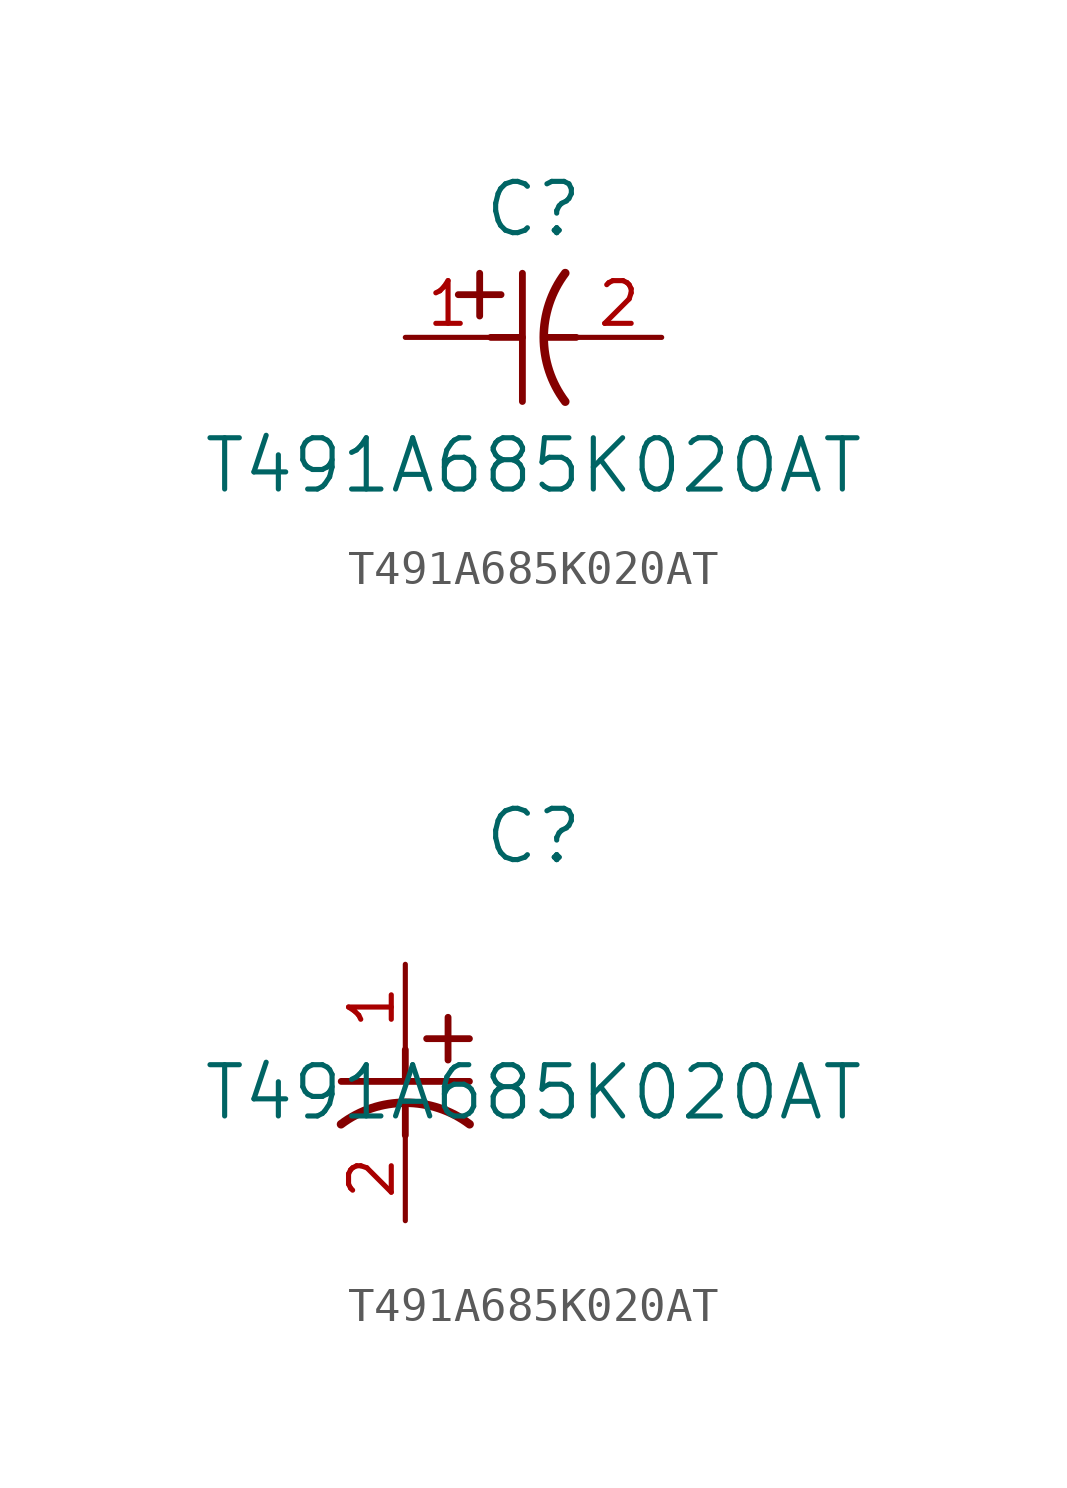
<source format=kicad_sym>
(kicad_symbol_lib
  (version 20211014)
  (generator kicad_symbol_editor)
  (symbol "T491A685K020AT"
    (pin_names
      (offset 0.254))
    (property "Reference" "C"
      (at 3.81 3.81 0)
      (effects (font (size 1.524 1.524))))
    (property "Value" "T491A685K020AT"
      (at 3.81 -3.81 0)
      (effects (font (size 1.524 1.524))))
    (symbol "T491A685K020AT_1_1"
      (polyline (pts (xy 2.21 0.635) (xy 2.21 1.905)) (stroke (width 0.203) (type default) (color 0 0 0 0)) (fill (type none)))
      (arc (start 4.754132 1.910763) (mid 4.1148 0) (end 4.754132 -1.910763) (stroke (width 0.254) (type default) (color 0 0 0 0)) (fill (type none)))
      (polyline (pts (xy 4.115 0) (xy 5.08 0)) (stroke (width 0.203) (type default) (color 0 0 0 0)) (fill (type none)))
      (polyline (pts (xy 3.48 -1.905) (xy 3.48 1.905)) (stroke (width 0.203) (type default) (color 0 0 0 0)) (fill (type none)))
      (polyline (pts (xy 1.575 1.27) (xy 2.845 1.27)) (stroke (width 0.203) (type default) (color 0 0 0 0)) (fill (type none)))
      (polyline (pts (xy 2.54 0) (xy 3.48 0)) (stroke (width 0.203) (type default) (color 0 0 0 0)) (fill (type none)))
      (pin unspecified line (at 0 0 0) (length 2.54) (name "" (effects (font (size 1.27 1.27)))) (number "1" (effects (font (size 1.27 1.27)))))
      (pin unspecified line (at 7.62 0 180) (length 2.54) (name "" (effects (font (size 1.27 1.27)))) (number "2" (effects (font (size 1.27 1.27))))))
    (symbol "T491A685K020AT_1_2"
      (polyline (pts (xy 0 -2.54) (xy 0 -3.48)) (stroke (width 0.203) (type default) (color 0 0 0 0)) (fill (type none)))
      (arc (start 1.910763 -4.754132) (mid 0 -4.1148) (end -1.910763 -4.754132) (stroke (width 0.254) (type default) (color 0 0 0 0)) (fill (type none)))
      (polyline (pts (xy -1.905 -3.48) (xy 1.905 -3.48)) (stroke (width 0.203) (type default) (color 0 0 0 0)) (fill (type none)))
      (polyline (pts (xy 0.635 -2.21) (xy 1.905 -2.21)) (stroke (width 0.203) (type default) (color 0 0 0 0)) (fill (type none)))
      (polyline (pts (xy 1.27 -1.575) (xy 1.27 -2.845)) (stroke (width 0.203) (type default) (color 0 0 0 0)) (fill (type none)))
      (polyline (pts (xy 0 -4.115) (xy 0 -5.08)) (stroke (width 0.203) (type default) (color 0 0 0 0)) (fill (type none)))
      (pin unspecified line (at 0 0 270) (length 2.54) (name "" (effects (font (size 1.27 1.27)))) (number "1" (effects (font (size 1.27 1.27)))))
      (pin unspecified line (at 0 -7.62 90) (length 2.54) (name "" (effects (font (size 1.27 1.27)))) (number "2" (effects (font (size 1.27 1.27))))))))
</source>
